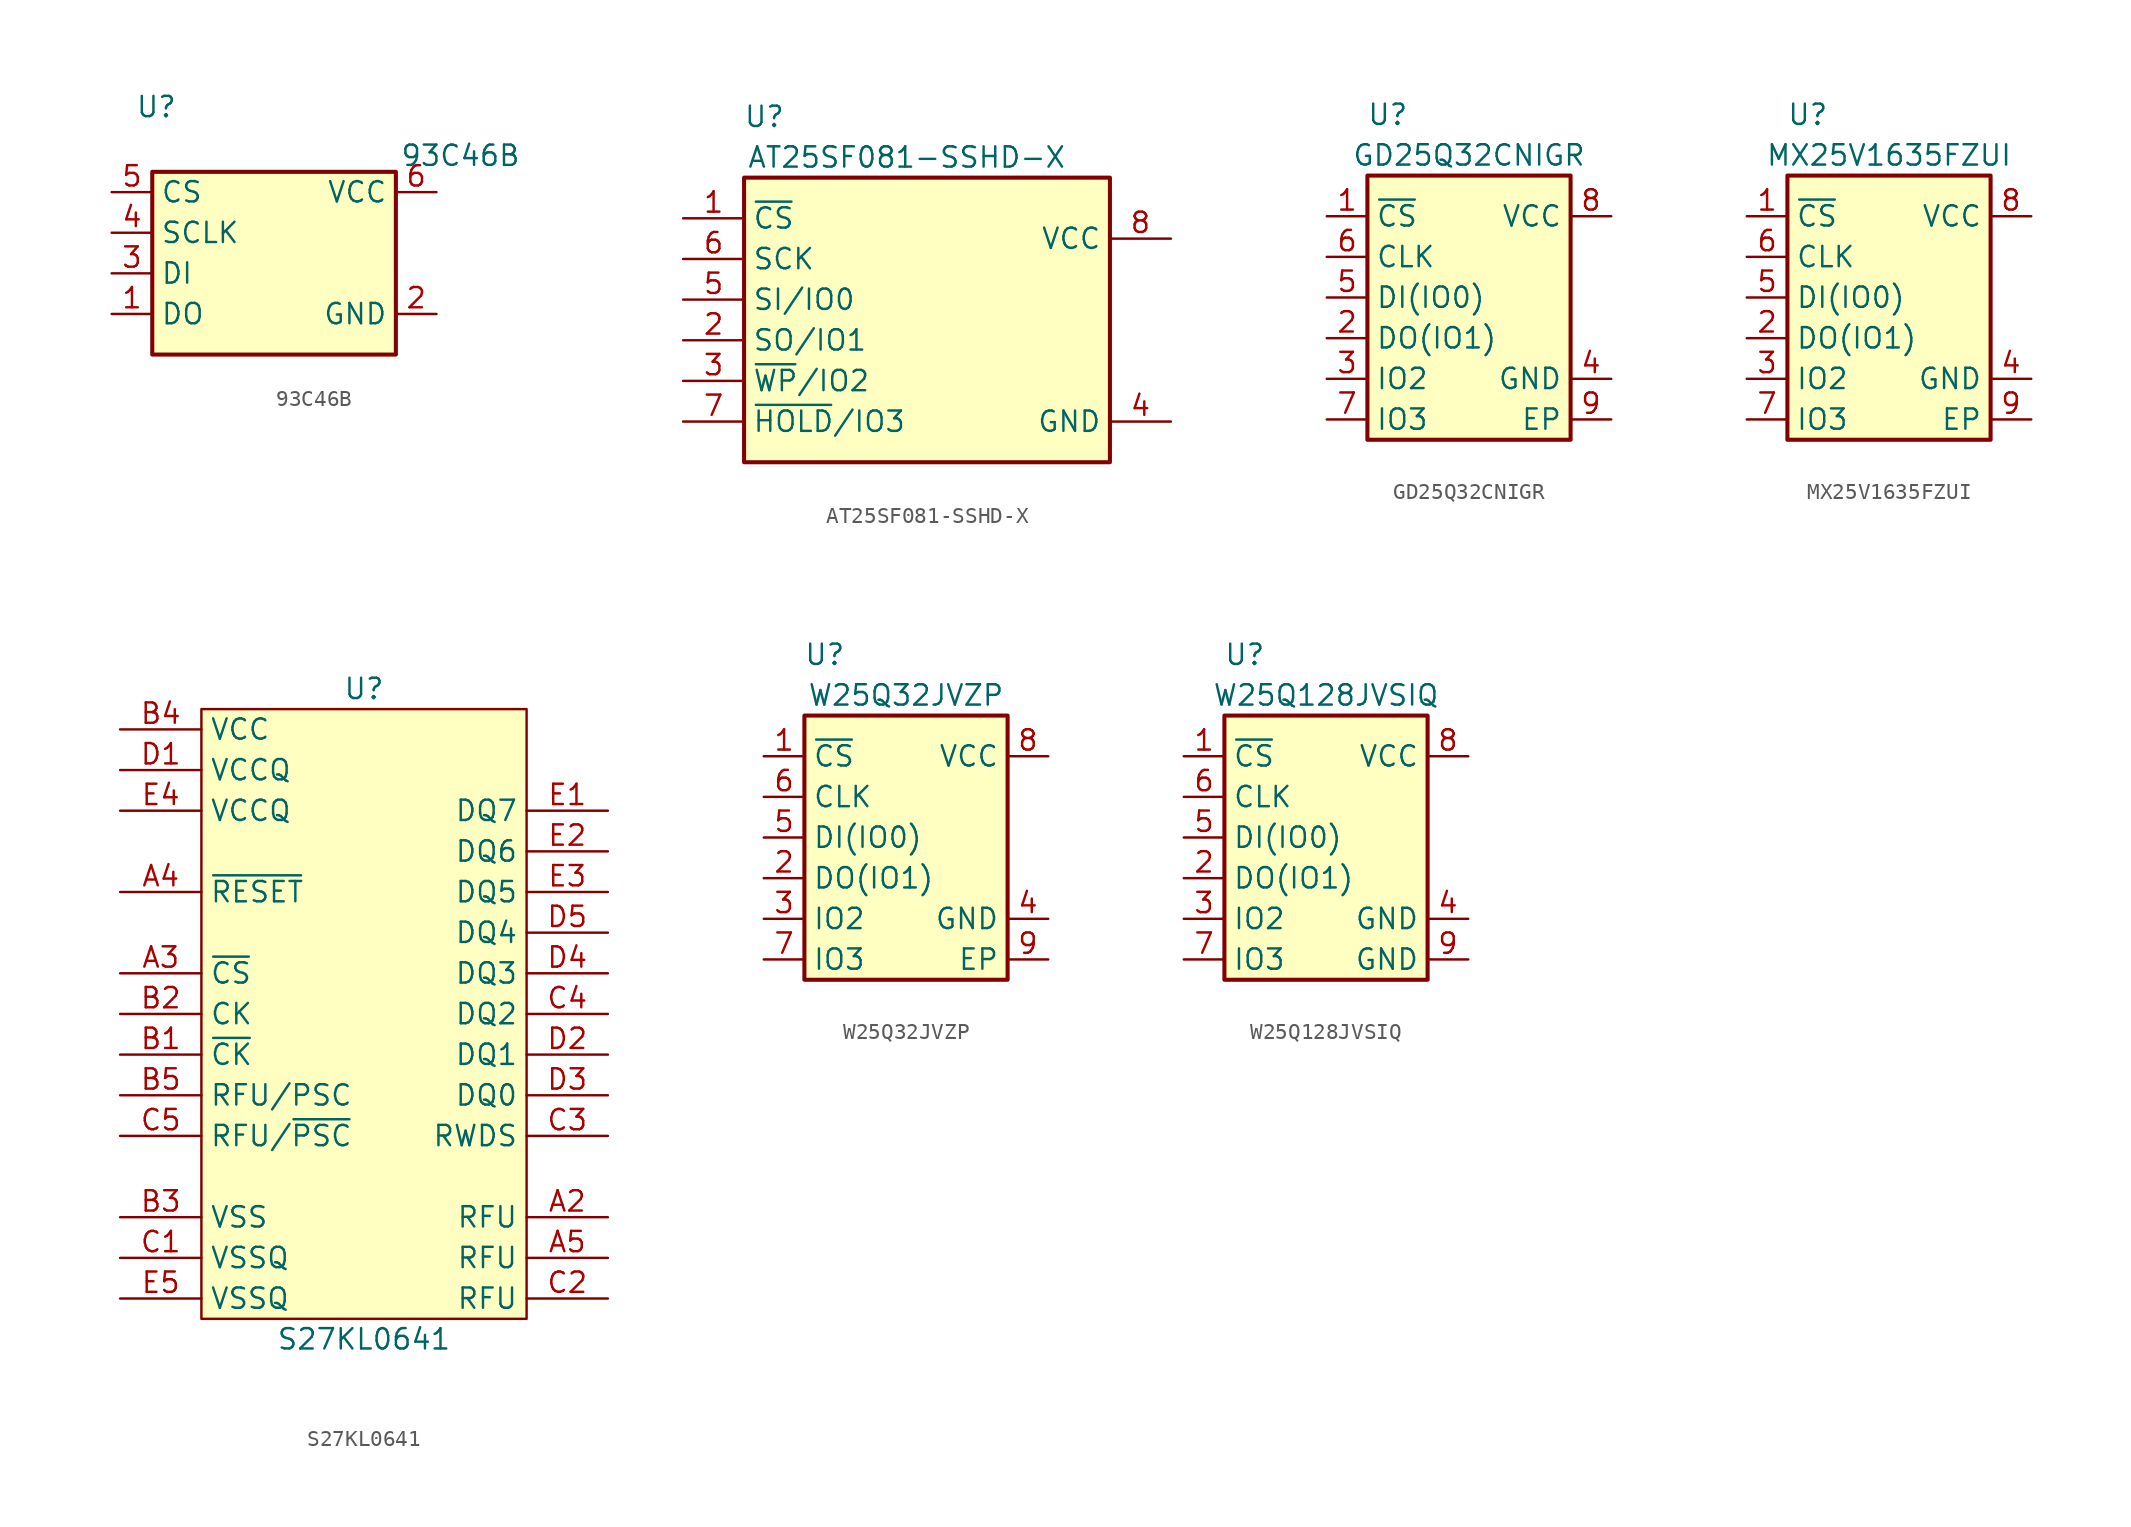
<source format=kicad_sym>
(kicad_symbol_lib
  (version 20200827)
  (generator kicad_symbol_editor)
  (symbol "josh-memory:93C46B"
    (property "Reference" "U"
      (at -7.366 9.144 0)
      (effects (font (size 1.27 1.27))))
    (property "Value" "93C46B"
      (at 7.874 6.096 0)
      (effects (font (size 1.27 1.27)) (justify left)))
    (symbol "93C46B_1_1"
      (rectangle (start 7.62 5.08) (end -7.62 -6.35) (stroke (width 0.254)) (fill (type background)))
      (pin tri_state line (at -10.16 -3.81 0) (length 2.54) (name "DO" (effects (font (size 1.27 1.27)))) (number "1" (effects (font (size 1.27 1.27)))))
      (pin power_in line (at 10.16 -3.81 180) (length 2.54) (name "GND" (effects (font (size 1.27 1.27)))) (number "2" (effects (font (size 1.27 1.27)))))
      (pin input line (at -10.16 -1.27 0) (length 2.54) (name "DI" (effects (font (size 1.27 1.27)))) (number "3" (effects (font (size 1.27 1.27)))))
      (pin input line (at -10.16 1.27 0) (length 2.54) (name "SCLK" (effects (font (size 1.27 1.27)))) (number "4" (effects (font (size 1.27 1.27)))))
      (pin input line (at -10.16 3.81 0) (length 2.54) (name "CS" (effects (font (size 1.27 1.27)))) (number "5" (effects (font (size 1.27 1.27)))))
      (pin power_in line (at 10.16 3.81 180) (length 2.54) (name "VCC" (effects (font (size 1.27 1.27)))) (number "6" (effects (font (size 1.27 1.27)))))))
  (symbol "josh-memory:AT25SF081-SSHD-X"
    (property "Reference" "U"
      (at -10.16 13.97 0)
      (effects (font (size 1.27 1.27))))
    (property "Value" "AT25SF081-SSHD-X"
      (at -1.27 11.43 0)
      (effects (font (size 1.27 1.27))))
    (symbol "AT25SF081-SSHD-X_1_1"
      (rectangle (start -11.43 10.16) (end 11.43 -7.62) (stroke (width 0.254)) (fill (type background)))
      (pin input line (at -15.24 7.62 0) (length 3.81) (name "~CS" (effects (font (size 1.27 1.27)))) (number "1" (effects (font (size 1.27 1.27)))))
      (pin bidirectional line (at -15.24 0 0) (length 3.81) (name "SO/IO1" (effects (font (size 1.27 1.27)))) (number "2" (effects (font (size 1.27 1.27)))))
      (pin bidirectional line (at -15.24 -2.54 0) (length 3.81) (name "~WP~/IO2" (effects (font (size 1.27 1.27)))) (number "3" (effects (font (size 1.27 1.27)))))
      (pin power_in line (at 15.24 -5.08 180) (length 3.81) (name "GND" (effects (font (size 1.27 1.27)))) (number "4" (effects (font (size 1.27 1.27)))))
      (pin bidirectional line (at -15.24 2.54 0) (length 3.81) (name "SI/IO0" (effects (font (size 1.27 1.27)))) (number "5" (effects (font (size 1.27 1.27)))))
      (pin input line (at -15.24 5.08 0) (length 3.81) (name "SCK" (effects (font (size 1.27 1.27)))) (number "6" (effects (font (size 1.27 1.27)))))
      (pin bidirectional line (at -15.24 -5.08 0) (length 3.81) (name "~HOLD~/IO3" (effects (font (size 1.27 1.27)))) (number "7" (effects (font (size 1.27 1.27)))))
      (pin power_in line (at 15.24 6.35 180) (length 3.81) (name "VCC" (effects (font (size 1.27 1.27)))) (number "8" (effects (font (size 1.27 1.27)))))))
  (symbol "josh-memory:GD25Q32CNIGR"
    (property "Reference" "U"
      (at -8.89 11.43 0)
      (effects (font (size 1.27 1.27))))
    (property "Value" "GD25Q32CNIGR"
      (at -3.81 8.89 0)
      (effects (font (size 1.27 1.27))))
    (symbol "GD25Q32CNIGR_0_1"
      (rectangle (start -10.16 7.62) (end 2.54 -8.89) (stroke (width 0.254)) (fill (type background))))
    (symbol "GD25Q32CNIGR_1_1"
      (pin input line (at -12.7 5.08 0) (length 2.54) (name "~CS" (effects (font (size 1.27 1.27)))) (number "1" (effects (font (size 1.27 1.27)))))
      (pin bidirectional line (at -12.7 -2.54 0) (length 2.54) (name "DO(IO1)" (effects (font (size 1.27 1.27)))) (number "2" (effects (font (size 1.27 1.27)))))
      (pin bidirectional line (at -12.7 -5.08 0) (length 2.54) (name "IO2" (effects (font (size 1.27 1.27)))) (number "3" (effects (font (size 1.27 1.27)))))
      (pin power_in line (at 5.08 -5.08 180) (length 2.54) (name "GND" (effects (font (size 1.27 1.27)))) (number "4" (effects (font (size 1.27 1.27)))))
      (pin bidirectional line (at -12.7 0 0) (length 2.54) (name "DI(IO0)" (effects (font (size 1.27 1.27)))) (number "5" (effects (font (size 1.27 1.27)))))
      (pin input line (at -12.7 2.54 0) (length 2.54) (name "CLK" (effects (font (size 1.27 1.27)))) (number "6" (effects (font (size 1.27 1.27)))))
      (pin bidirectional line (at -12.7 -7.62 0) (length 2.54) (name "IO3" (effects (font (size 1.27 1.27)))) (number "7" (effects (font (size 1.27 1.27)))))
      (pin power_in line (at 5.08 5.08 180) (length 2.54) (name "VCC" (effects (font (size 1.27 1.27)))) (number "8" (effects (font (size 1.27 1.27)))))
      (pin passive line (at 5.08 -7.62 180) (length 2.54) (name "EP" (effects (font (size 1.27 1.27)))) (number "9" (effects (font (size 1.27 1.27)))))))
  (symbol "josh-memory:MX25V1635FZUI"
    (property "Reference" "U"
      (at -8.89 11.43 0)
      (effects (font (size 1.27 1.27))))
    (property "Value" "MX25V1635FZUI"
      (at -3.81 8.89 0)
      (effects (font (size 1.27 1.27))))
    (symbol "MX25V1635FZUI_0_1"
      (rectangle (start -10.16 7.62) (end 2.54 -8.89) (stroke (width 0.254)) (fill (type background))))
    (symbol "MX25V1635FZUI_1_1"
      (pin input line (at -12.7 5.08 0) (length 2.54) (name "~CS" (effects (font (size 1.27 1.27)))) (number "1" (effects (font (size 1.27 1.27)))))
      (pin bidirectional line (at -12.7 -2.54 0) (length 2.54) (name "DO(IO1)" (effects (font (size 1.27 1.27)))) (number "2" (effects (font (size 1.27 1.27)))))
      (pin bidirectional line (at -12.7 -5.08 0) (length 2.54) (name "IO2" (effects (font (size 1.27 1.27)))) (number "3" (effects (font (size 1.27 1.27)))))
      (pin power_in line (at 5.08 -5.08 180) (length 2.54) (name "GND" (effects (font (size 1.27 1.27)))) (number "4" (effects (font (size 1.27 1.27)))))
      (pin bidirectional line (at -12.7 0 0) (length 2.54) (name "DI(IO0)" (effects (font (size 1.27 1.27)))) (number "5" (effects (font (size 1.27 1.27)))))
      (pin input line (at -12.7 2.54 0) (length 2.54) (name "CLK" (effects (font (size 1.27 1.27)))) (number "6" (effects (font (size 1.27 1.27)))))
      (pin bidirectional line (at -12.7 -7.62 0) (length 2.54) (name "IO3" (effects (font (size 1.27 1.27)))) (number "7" (effects (font (size 1.27 1.27)))))
      (pin power_in line (at 5.08 5.08 180) (length 2.54) (name "VCC" (effects (font (size 1.27 1.27)))) (number "8" (effects (font (size 1.27 1.27)))))
      (pin passive line (at 5.08 -7.62 180) (length 2.54) (name "EP" (effects (font (size 1.27 1.27)))) (number "9" (effects (font (size 1.27 1.27)))))))
  (symbol "josh-memory:S27KL0641"
    (property "Reference" "U"
      (at 0 20.32 0)
      (effects (font (size 1.27 1.27))))
    (property "Value" "S27KL0641"
      (at 0 -20.32 0)
      (effects (font (size 1.27 1.27))))
    (symbol "S27KL0641_0_1"
      (rectangle (start -10.16 19.05) (end 10.16 -19.05) (stroke (width 0)) (fill (type background))))
    (symbol "S27KL0641_1_1"
      (pin passive line (at 15.24 -12.7 180) (length 5.08) (name "RFU" (effects (font (size 1.27 1.27)))) (number "A2" (effects (font (size 1.27 1.27)))))
      (pin input line (at -15.24 2.54 0) (length 5.08) (name "~CS" (effects (font (size 1.27 1.27)))) (number "A3" (effects (font (size 1.27 1.27)))))
      (pin input line (at -15.24 7.62 0) (length 5.08) (name "~RESET" (effects (font (size 1.27 1.27)))) (number "A4" (effects (font (size 1.27 1.27)))))
      (pin passive line (at 15.24 -15.24 180) (length 5.08) (name "RFU" (effects (font (size 1.27 1.27)))) (number "A5" (effects (font (size 1.27 1.27)))))
      (pin input line (at -15.24 -2.54 0) (length 5.08) (name "~CK" (effects (font (size 1.27 1.27)))) (number "B1" (effects (font (size 1.27 1.27)))))
      (pin input line (at -15.24 0 0) (length 5.08) (name "CK" (effects (font (size 1.27 1.27)))) (number "B2" (effects (font (size 1.27 1.27)))))
      (pin power_in line (at -15.24 -12.7 0) (length 5.08) (name "VSS" (effects (font (size 1.27 1.27)))) (number "B3" (effects (font (size 1.27 1.27)))))
      (pin power_in line (at -15.24 17.78 0) (length 5.08) (name "VCC" (effects (font (size 1.27 1.27)))) (number "B4" (effects (font (size 1.27 1.27)))))
      (pin input line (at -15.24 -5.08 0) (length 5.08) (name "RFU/PSC" (effects (font (size 1.27 1.27)))) (number "B5" (effects (font (size 1.27 1.27)))))
      (pin power_in line (at -15.24 -15.24 0) (length 5.08) (name "VSSQ" (effects (font (size 1.27 1.27)))) (number "C1" (effects (font (size 1.27 1.27)))))
      (pin passive line (at 15.24 -17.78 180) (length 5.08) (name "RFU" (effects (font (size 1.27 1.27)))) (number "C2" (effects (font (size 1.27 1.27)))))
      (pin bidirectional line (at 15.24 -7.62 180) (length 5.08) (name "RWDS" (effects (font (size 1.27 1.27)))) (number "C3" (effects (font (size 1.27 1.27)))))
      (pin bidirectional line (at 15.24 0 180) (length 5.08) (name "DQ2" (effects (font (size 1.27 1.27)))) (number "C4" (effects (font (size 1.27 1.27)))))
      (pin input line (at -15.24 -7.62 0) (length 5.08) (name "RFU/~PSC" (effects (font (size 1.27 1.27)))) (number "C5" (effects (font (size 1.27 1.27)))))
      (pin power_in line (at -15.24 15.24 0) (length 5.08) (name "VCCQ" (effects (font (size 1.27 1.27)))) (number "D1" (effects (font (size 1.27 1.27)))))
      (pin bidirectional line (at 15.24 -2.54 180) (length 5.08) (name "DQ1" (effects (font (size 1.27 1.27)))) (number "D2" (effects (font (size 1.27 1.27)))))
      (pin bidirectional line (at 15.24 -5.08 180) (length 5.08) (name "DQ0" (effects (font (size 1.27 1.27)))) (number "D3" (effects (font (size 1.27 1.27)))))
      (pin bidirectional line (at 15.24 2.54 180) (length 5.08) (name "DQ3" (effects (font (size 1.27 1.27)))) (number "D4" (effects (font (size 1.27 1.27)))))
      (pin bidirectional line (at 15.24 5.08 180) (length 5.08) (name "DQ4" (effects (font (size 1.27 1.27)))) (number "D5" (effects (font (size 1.27 1.27)))))
      (pin bidirectional line (at 15.24 12.7 180) (length 5.08) (name "DQ7" (effects (font (size 1.27 1.27)))) (number "E1" (effects (font (size 1.27 1.27)))))
      (pin bidirectional line (at 15.24 10.16 180) (length 5.08) (name "DQ6" (effects (font (size 1.27 1.27)))) (number "E2" (effects (font (size 1.27 1.27)))))
      (pin bidirectional line (at 15.24 7.62 180) (length 5.08) (name "DQ5" (effects (font (size 1.27 1.27)))) (number "E3" (effects (font (size 1.27 1.27)))))
      (pin power_in line (at -15.24 12.7 0) (length 5.08) (name "VCCQ" (effects (font (size 1.27 1.27)))) (number "E4" (effects (font (size 1.27 1.27)))))
      (pin power_in line (at -15.24 -17.78 0) (length 5.08) (name "VSSQ" (effects (font (size 1.27 1.27)))) (number "E5" (effects (font (size 1.27 1.27)))))))
  (symbol "josh-memory:W25Q32JVZP"
    (property "Reference" "U"
      (at -8.89 11.43 0)
      (effects (font (size 1.27 1.27))))
    (property "Value" "W25Q32JVZP"
      (at -3.81 8.89 0)
      (effects (font (size 1.27 1.27))))
    (symbol "W25Q32JVZP_0_1"
      (rectangle (start -10.16 7.62) (end 2.54 -8.89) (stroke (width 0.254)) (fill (type background))))
    (symbol "W25Q32JVZP_1_1"
      (pin input line (at -12.7 5.08 0) (length 2.54) (name "~CS" (effects (font (size 1.27 1.27)))) (number "1" (effects (font (size 1.27 1.27)))))
      (pin bidirectional line (at -12.7 -2.54 0) (length 2.54) (name "DO(IO1)" (effects (font (size 1.27 1.27)))) (number "2" (effects (font (size 1.27 1.27)))))
      (pin bidirectional line (at -12.7 -5.08 0) (length 2.54) (name "IO2" (effects (font (size 1.27 1.27)))) (number "3" (effects (font (size 1.27 1.27)))))
      (pin power_in line (at 5.08 -5.08 180) (length 2.54) (name "GND" (effects (font (size 1.27 1.27)))) (number "4" (effects (font (size 1.27 1.27)))))
      (pin bidirectional line (at -12.7 0 0) (length 2.54) (name "DI(IO0)" (effects (font (size 1.27 1.27)))) (number "5" (effects (font (size 1.27 1.27)))))
      (pin input line (at -12.7 2.54 0) (length 2.54) (name "CLK" (effects (font (size 1.27 1.27)))) (number "6" (effects (font (size 1.27 1.27)))))
      (pin bidirectional line (at -12.7 -7.62 0) (length 2.54) (name "IO3" (effects (font (size 1.27 1.27)))) (number "7" (effects (font (size 1.27 1.27)))))
      (pin power_in line (at 5.08 5.08 180) (length 2.54) (name "VCC" (effects (font (size 1.27 1.27)))) (number "8" (effects (font (size 1.27 1.27)))))
      (pin passive line (at 5.08 -7.62 180) (length 2.54) (name "EP" (effects (font (size 1.27 1.27)))) (number "9" (effects (font (size 1.27 1.27)))))))
  (symbol "josh-memory:W25Q128JVSIQ"
    (property "Reference" "U"
      (at -8.89 11.43 0)
      (effects (font (size 1.27 1.27))))
    (property "Value" "W25Q128JVSIQ"
      (at -3.81 8.89 0)
      (effects (font (size 1.27 1.27))))
    (symbol "W25Q128JVSIQ_0_1"
      (rectangle (start -10.16 7.62) (end 2.54 -8.89) (stroke (width 0.254)) (fill (type background))))
    (symbol "W25Q128JVSIQ_1_1"
      (pin input line (at -12.7 5.08 0) (length 2.54) (name "~CS" (effects (font (size 1.27 1.27)))) (number "1" (effects (font (size 1.27 1.27)))))
      (pin bidirectional line (at -12.7 -2.54 0) (length 2.54) (name "DO(IO1)" (effects (font (size 1.27 1.27)))) (number "2" (effects (font (size 1.27 1.27)))))
      (pin bidirectional line (at -12.7 -5.08 0) (length 2.54) (name "IO2" (effects (font (size 1.27 1.27)))) (number "3" (effects (font (size 1.27 1.27)))))
      (pin power_in line (at 5.08 -5.08 180) (length 2.54) (name "GND" (effects (font (size 1.27 1.27)))) (number "4" (effects (font (size 1.27 1.27)))))
      (pin bidirectional line (at -12.7 0 0) (length 2.54) (name "DI(IO0)" (effects (font (size 1.27 1.27)))) (number "5" (effects (font (size 1.27 1.27)))))
      (pin input line (at -12.7 2.54 0) (length 2.54) (name "CLK" (effects (font (size 1.27 1.27)))) (number "6" (effects (font (size 1.27 1.27)))))
      (pin bidirectional line (at -12.7 -7.62 0) (length 2.54) (name "IO3" (effects (font (size 1.27 1.27)))) (number "7" (effects (font (size 1.27 1.27)))))
      (pin power_in line (at 5.08 5.08 180) (length 2.54) (name "VCC" (effects (font (size 1.27 1.27)))) (number "8" (effects (font (size 1.27 1.27)))))
      (pin power_in line (at 5.08 -7.62 180) (length 2.54) (name "GND" (effects (font (size 1.27 1.27)))) (number "9" (effects (font (size 1.27 1.27))))))))
</source>
